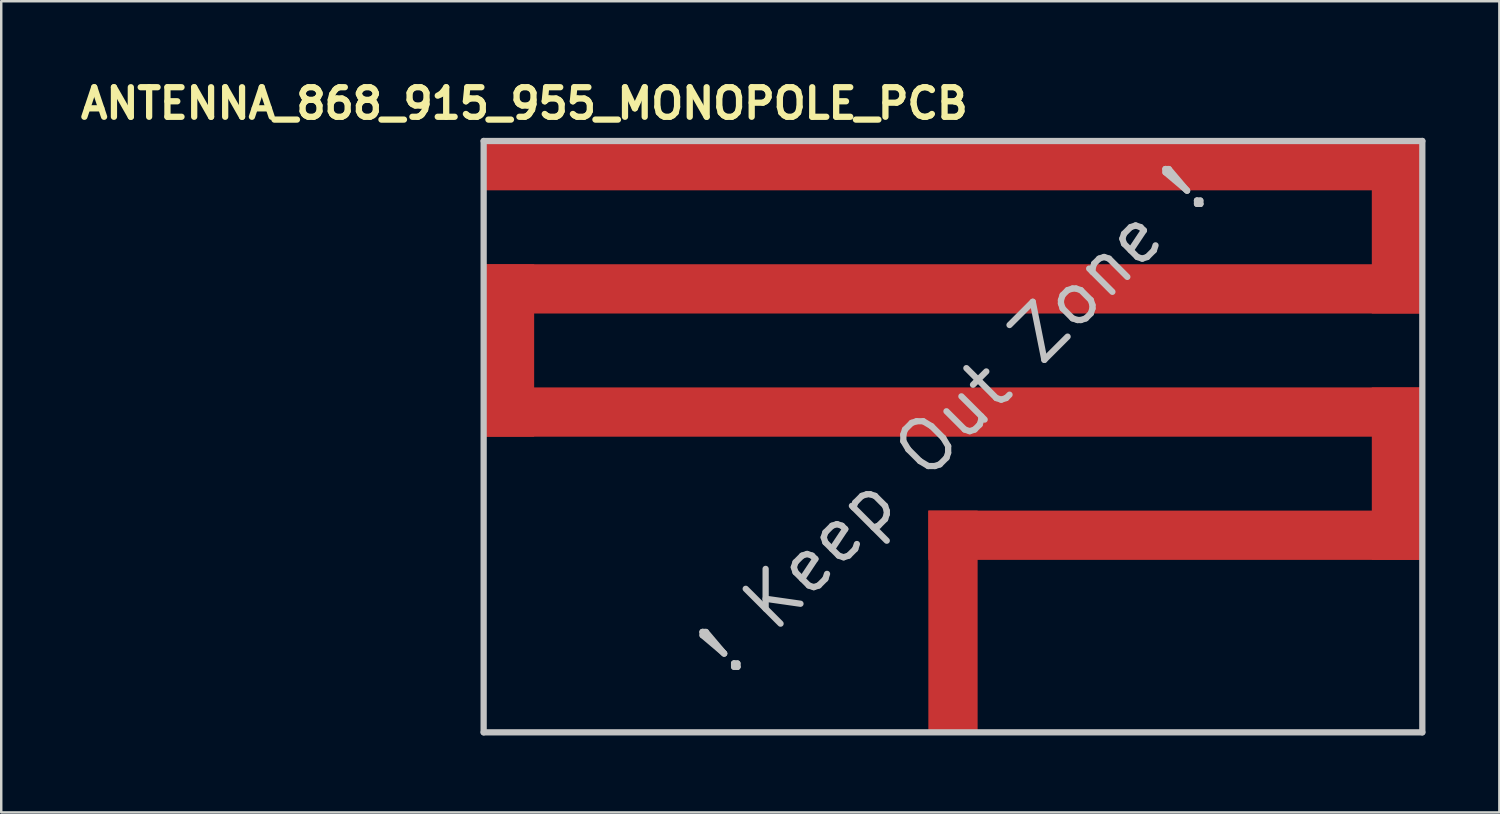
<source format=kicad_pcb>
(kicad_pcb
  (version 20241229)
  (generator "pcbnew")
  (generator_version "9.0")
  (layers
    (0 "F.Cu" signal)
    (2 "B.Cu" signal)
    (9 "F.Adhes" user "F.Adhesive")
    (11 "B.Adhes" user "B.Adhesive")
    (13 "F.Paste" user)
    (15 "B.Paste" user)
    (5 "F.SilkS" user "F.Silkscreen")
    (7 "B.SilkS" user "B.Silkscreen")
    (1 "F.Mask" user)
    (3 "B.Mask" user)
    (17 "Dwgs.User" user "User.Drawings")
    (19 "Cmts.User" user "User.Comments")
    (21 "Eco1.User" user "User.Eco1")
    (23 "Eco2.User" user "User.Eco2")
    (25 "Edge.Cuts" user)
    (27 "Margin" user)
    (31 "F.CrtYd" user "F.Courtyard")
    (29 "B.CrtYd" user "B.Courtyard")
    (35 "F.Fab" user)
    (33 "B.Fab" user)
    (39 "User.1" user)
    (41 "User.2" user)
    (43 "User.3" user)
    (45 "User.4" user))
  (footprint "ANTENNA_868_915_955_MONOPOLE_PCB"
    (layer "F.Cu")
    (at 35.631 26.675)
    (property "Reference" "ANTENNA_868_915_955_MONOPOLE_PCB" (at -17.399 -25.527 0) (layer "F.SilkS") (effects (font (size 1.2 1.2) (thickness 0.254))))
    (attr smd)
    (fp_line (start -19.05 -24.003) (end -19.05 0) (stroke (width 0.254) (type solid)) (layer "Dwgs.User"))
    (fp_line (start -19.05 0) (end 19.05 0) (stroke (width 0.254) (type solid)) (layer "Dwgs.User"))
    (fp_line (start 19.05 -24.003) (end -19.05 -24.003) (stroke (width 0.254) (type solid)) (layer "Dwgs.User"))
    (fp_line (start 19.05 0) (end 19.05 -24.003) (stroke (width 0.254) (type solid)) (layer "Dwgs.User"))
    (fp_text user "! Keep Out Zone !" (at 0 -12.7 45) (layer "Dwgs.User") (effects (font (size 2 2) (thickness 0.254))))
    (pad "1" smd rect (at -18 -15.5) (size 2 7) (layers "F.Cu" "F.Mask"))
    (pad "1" smd rect (at 0 -23) (size 38 2) (layers "F.Cu" "F.Mask"))
    (pad "1" smd rect (at 0 -18) (size 38 2) (layers "F.Cu" "F.Mask"))
    (pad "1" smd rect (at 0 -13) (size 38 2) (layers "F.Cu" "F.Mask"))
    (pad "1" smd rect (at 0 -4.5) (size 2 9) (layers "F.Cu" "F.Mask"))
    (pad "1" smd rect (at 9 -8) (size 20 2) (layers "F.Cu" "F.Mask"))
    (pad "1" smd rect (at 18 -20.5) (size 2 7) (layers "F.Cu" "F.Mask"))
    (pad "1" smd rect (at 18 -10.5) (size 2 7) (layers "F.Cu" "F.Mask")))
  (gr_rect
    (start -3 -3)
    (end 57.808 29.925)
    (stroke (width 0.1) (type default))
    (fill no)
    (layer "Edge.Cuts")))
</source>
